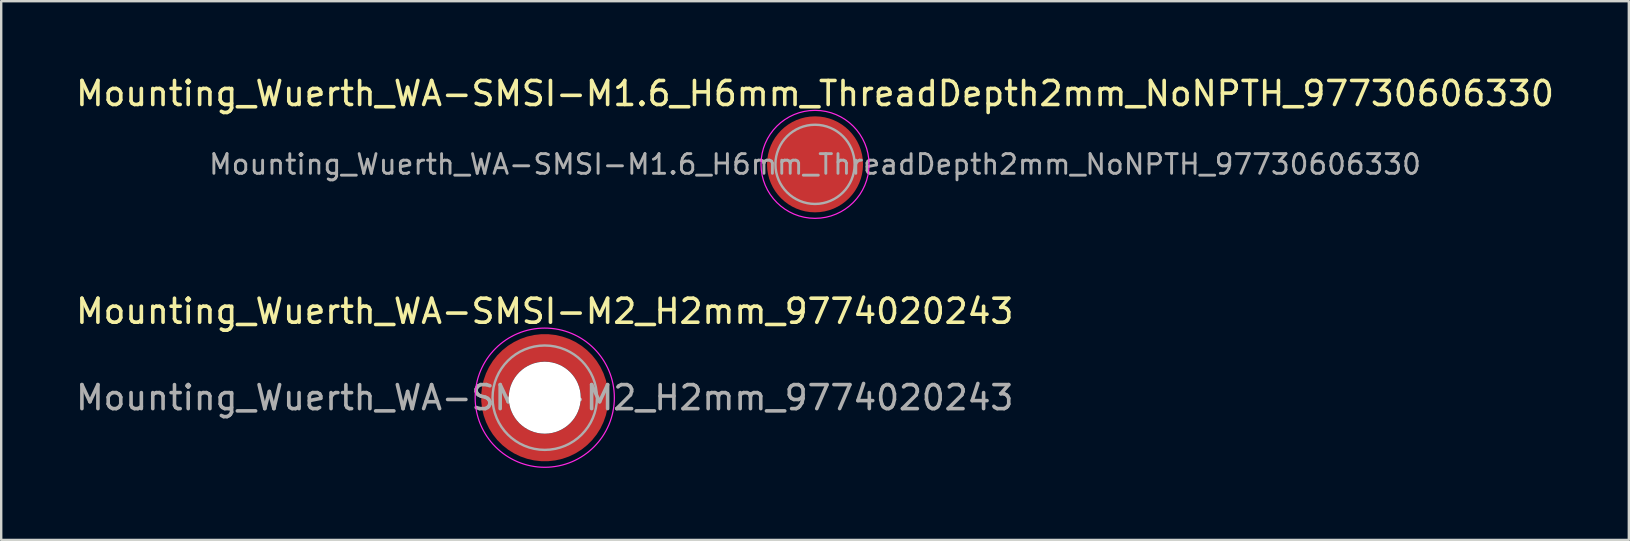
<source format=kicad_pcb>
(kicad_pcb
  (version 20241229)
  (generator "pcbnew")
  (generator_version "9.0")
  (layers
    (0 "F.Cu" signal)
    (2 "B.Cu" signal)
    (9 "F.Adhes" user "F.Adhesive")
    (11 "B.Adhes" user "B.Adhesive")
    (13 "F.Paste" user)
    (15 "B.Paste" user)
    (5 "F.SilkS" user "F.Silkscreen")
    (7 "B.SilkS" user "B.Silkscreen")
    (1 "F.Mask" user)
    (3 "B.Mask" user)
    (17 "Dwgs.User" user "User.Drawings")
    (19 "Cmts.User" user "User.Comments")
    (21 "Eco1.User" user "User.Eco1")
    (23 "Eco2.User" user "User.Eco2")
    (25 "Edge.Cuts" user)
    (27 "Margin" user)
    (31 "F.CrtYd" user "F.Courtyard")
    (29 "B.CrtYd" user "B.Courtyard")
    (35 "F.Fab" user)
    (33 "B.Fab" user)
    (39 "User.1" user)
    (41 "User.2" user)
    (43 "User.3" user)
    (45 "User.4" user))
  (footprint "Mounting_Wuerth_WA-SMSI-M2_H2mm_9774020243"
    (layer "F.Cu")
    (at 19.649 13.521)
    (property "Reference" "Mounting_Wuerth_WA-SMSI-M2_H2mm_9774020243" (at 0 -3.6 0) (layer "F.SilkS") (effects (font (size 1 1) (thickness 0.15))))
    (attr smd allow_soldermask_bridges)
    (fp_circle (center 0 0) (end 2.9 0) (stroke (width 0.05) (type solid)) (fill no) (layer "F.CrtYd"))
    (fp_circle (center 0 0) (end 2.175 0) (stroke (width 0.1) (type solid)) (fill no) (layer "F.Fab"))
    (fp_text user "${REFERENCE}" (at 0 0 0) (layer "F.Fab") (effects (font (size 1 1) (thickness 0.15))))
    (pad "" smd custom (at -1.453 -1.453) (size 0.505 0.505) (layers "F.Paste") (options (anchor circle)) (primitives (gr_arc (start -0.147677 1.053104) (mid 0.286378 0.286378) (end 1.053104 -0.147677) (width 0.2)) (gr_arc (start -0.240295 1.053104) (mid 0.222739 0.222739) (end 1.053104 -0.240295) (width 0.2)) (gr_arc (start -0.332645 1.053104) (mid 0.159099 0.159099) (end 1.053104 -0.332645) (width 0.2)) (gr_arc (start -0.424767 1.053104) (mid 0.095459 0.095459) (end 1.053104 -0.424767) (width 0.2)) (gr_arc (start -0.516693 1.053104) (mid 0.03182 0.03182) (end 1.053104 -0.516693) (width 0.2)) (gr_arc (start -0.608448 1.053104) (mid -0.03182 -0.03182) (end 1.053104 -0.608448) (width 0.2)) (gr_arc (start -0.700056 1.053104) (mid -0.095459 -0.095459) (end 1.053104 -0.700056) (width 0.2)) (gr_arc (start -0.791534 1.053104) (mid -0.159099 -0.159099) (end 1.053104 -0.791534) (width 0.2)) (gr_arc (start -0.882896 1.053104) (mid -0.222739 -0.222739) (end 1.053104 -0.882896) (width 0.2)) (gr_arc (start -0.974157 1.053104) (mid -0.286378 -0.286378) (end 1.053104 -0.974157) (width 0.2)) (gr_line (start 1.053 -0.148) (end 1.053 -0.974) (width 0.2)) (gr_line (start -0.148 1.053) (end -0.974 1.053) (width 0.2))))
    (pad "" smd custom (at -1.453 1.453) (size 0.505 0.505) (layers "F.Paste") (options (anchor circle)) (primitives (gr_arc (start 1.053104 0.147677) (mid 0.286378 -0.286378) (end -0.147677 -1.053104) (width 0.2)) (gr_arc (start 1.053104 0.240295) (mid 0.222739 -0.222739) (end -0.240295 -1.053104) (width 0.2)) (gr_arc (start 1.053104 0.332645) (mid 0.159099 -0.159099) (end -0.332645 -1.053104) (width 0.2)) (gr_arc (start 1.053104 0.424767) (mid 0.095459 -0.095459) (end -0.424767 -1.053104) (width 0.2)) (gr_arc (start 1.053104 0.516693) (mid 0.03182 -0.03182) (end -0.516693 -1.053104) (width 0.2)) (gr_arc (start 1.053104 0.608448) (mid -0.03182 0.03182) (end -0.608448 -1.053104) (width 0.2)) (gr_arc (start 1.053104 0.700056) (mid -0.095459 0.095459) (end -0.700056 -1.053104) (width 0.2)) (gr_arc (start 1.053104 0.791534) (mid -0.159099 0.159099) (end -0.791534 -1.053104) (width 0.2)) (gr_arc (start 1.053104 0.882896) (mid -0.222739 0.222739) (end -0.882896 -1.053104) (width 0.2)) (gr_arc (start 1.053104 0.974157) (mid -0.286378 0.286378) (end -0.974157 -1.053104) (width 0.2)) (gr_line (start -0.148 -1.053) (end -0.974 -1.053) (width 0.2)) (gr_line (start 1.053 0.148) (end 1.053 0.974) (width 0.2))))
    (pad "" np_thru_hole circle (at 0 0) (size 3 3) (drill 3) (layers "*.Cu" "*.Mask"))
    (pad "" smd custom (at 1.453 -1.453) (size 0.505 0.505) (layers "F.Paste") (options (anchor circle)) (primitives (gr_arc (start -1.053104 -0.147677) (mid -0.286378 0.286378) (end 0.147677 1.053104) (width 0.2)) (gr_arc (start -1.053104 -0.240295) (mid -0.222739 0.222739) (end 0.240295 1.053104) (width 0.2)) (gr_arc (start -1.053104 -0.332645) (mid -0.159099 0.159099) (end 0.332645 1.053104) (width 0.2)) (gr_arc (start -1.053104 -0.424767) (mid -0.095459 0.095459) (end 0.424767 1.053104) (width 0.2)) (gr_arc (start -1.053104 -0.516693) (mid -0.03182 0.03182) (end 0.516693 1.053104) (width 0.2)) (gr_arc (start -1.053104 -0.608448) (mid 0.03182 -0.03182) (end 0.608448 1.053104) (width 0.2)) (gr_arc (start -1.053104 -0.700056) (mid 0.095459 -0.095459) (end 0.700056 1.053104) (width 0.2)) (gr_arc (start -1.053104 -0.791534) (mid 0.159099 -0.159099) (end 0.791534 1.053104) (width 0.2)) (gr_arc (start -1.053104 -0.882896) (mid 0.222739 -0.222739) (end 0.882896 1.053104) (width 0.2)) (gr_arc (start -1.053104 -0.974157) (mid 0.286378 -0.286378) (end 0.974157 1.053104) (width 0.2)) (gr_line (start 0.148 1.053) (end 0.974 1.053) (width 0.2)) (gr_line (start -1.053 -0.148) (end -1.053 -0.974) (width 0.2))))
    (pad "" smd custom (at 1.453 1.453) (size 0.505 0.505) (layers "F.Paste") (options (anchor circle)) (primitives (gr_arc (start 0.147677 -1.053104) (mid -0.286378 -0.286378) (end -1.053104 0.147677) (width 0.2)) (gr_arc (start 0.240295 -1.053104) (mid -0.222739 -0.222739) (end -1.053104 0.240295) (width 0.2)) (gr_arc (start 0.332645 -1.053104) (mid -0.159099 -0.159099) (end -1.053104 0.332645) (width 0.2)) (gr_arc (start 0.424767 -1.053104) (mid -0.095459 -0.095459) (end -1.053104 0.424767) (width 0.2)) (gr_arc (start 0.516693 -1.053104) (mid -0.03182 -0.03182) (end -1.053104 0.516693) (width 0.2)) (gr_arc (start 0.608448 -1.053104) (mid 0.03182 0.03182) (end -1.053104 0.608448) (width 0.2)) (gr_arc (start 0.700056 -1.053104) (mid 0.095459 0.095459) (end -1.053104 0.700056) (width 0.2)) (gr_arc (start 0.791534 -1.053104) (mid 0.159099 0.159099) (end -1.053104 0.791534) (width 0.2)) (gr_arc (start 0.882896 -1.053104) (mid 0.222739 0.222739) (end -1.053104 0.882896) (width 0.2)) (gr_arc (start 0.974157 -1.053104) (mid 0.286378 0.286378) (end -1.053104 0.974157) (width 0.2)) (gr_line (start -1.053 0.148) (end -1.053 0.974) (width 0.2)) (gr_line (start 0.148 -1.053) (end 0.974 -1.053) (width 0.2))))
    (pad "1" smd circle (at -2.075 0) (size 0.642 0.642) (layers "F.Cu"))
    (pad "1" smd circle (at 0 -2.075) (size 0.642 0.642) (layers "F.Cu"))
    (pad "1" smd circle (at 0 2.075) (size 0.642 0.642) (layers "F.Cu"))
    (pad "1" smd custom (at 2.075 0) (size 1.15 1.15) (layers "F.Cu" "F.Mask") (options (anchor circle)) (primitives (gr_circle (center -2.075 0) (end 0 0) (width 1.15) (fill no)))))
  (footprint "Mounting_Wuerth_WA-SMSI-M1.6_H6mm_ThreadDepth2mm_NoNPTH_97730606330"
    (layer "F.Cu")
    (at 30.911 3.798)
    (property "Reference" "Mounting_Wuerth_WA-SMSI-M1.6_H6mm_ThreadDepth2mm_NoNPTH_97730606330" (at 0 -2.95 0) (layer "F.SilkS") (effects (font (size 1 1) (thickness 0.15))))
    (attr smd allow_soldermask_bridges)
    (fp_circle (center 0 0) (end 2.25 0) (stroke (width 0.05) (type solid)) (fill no) (layer "F.CrtYd"))
    (fp_circle (center 0 0) (end 1.65 0) (stroke (width 0.1) (type solid)) (fill no) (layer "F.Fab"))
    (fp_text user "${REFERENCE}" (at 0 0 0) (layer "F.Fab") (effects (font (size 0.82 0.82) (thickness 0.12))))
    (pad "" smd custom (at -0.778 -0.778) (size 0.8 0.8) (layers "F.Paste") (options (anchor circle)) (primitives (gr_arc (start 0.465568 0.527817) (mid 0.494975 0.494975) (end 0.527817 0.465568) (width 0.2)) (gr_arc (start 0.344805 0.527817) (mid 0.424264 0.424264) (end 0.527817 0.344805) (width 0.2)) (gr_arc (start 0.232382 0.527817) (mid 0.353553 0.353553) (end 0.527817 0.232382) (width 0.2)) (gr_arc (start 0.123983 0.527817) (mid 0.282843 0.282843) (end 0.527817 0.123983) (width 0.2)) (gr_arc (start 0.017883 0.527817) (mid 0.212132 0.212132) (end 0.527817 0.017883) (width 0.2)) (gr_arc (start -0.086763 0.527817) (mid 0.141421 0.141421) (end 0.527817 -0.086763) (width 0.2)) (gr_arc (start -0.190428 0.527817) (mid 0.070711 0.070711) (end 0.527817 -0.190428) (width 0.2)) (gr_arc (start -0.293397 0.527817) (mid 0 0) (end 0.527817 -0.293397) (width 0.2)) (gr_arc (start -0.395852 0.527817) (mid -0.070711 -0.070711) (end 0.527817 -0.395852) (width 0.2)) (gr_arc (start -0.497918 0.527817) (mid -0.141421 -0.141421) (end 0.527817 -0.497918) (width 0.2)) (gr_arc (start -0.59968 0.527817) (mid -0.212132 -0.212132) (end 0.527817 -0.59968) (width 0.2)) (gr_arc (start -0.701202 0.527817) (mid -0.282843 -0.282843) (end 0.527817 -0.701202) (width 0.2)) (gr_arc (start -0.802531 0.527817) (mid -0.353553 -0.353553) (end 0.527817 -0.802531) (width 0.2)) (gr_arc (start -0.9037 0.527817) (mid -0.424264 -0.424264) (end 0.527817 -0.9037) (width 0.2)) (gr_arc (start -1.004737 0.527817) (mid -0.494975 -0.494975) (end 0.527817 -1.004737) (width 0.2)) (gr_line (start 0.528 0.466) (end 0.528 -1.005) (width 0.2)) (gr_line (start 0.466 0.528) (end -1.005 0.528) (width 0.2))))
    (pad "" smd custom (at -0.778 0.778) (size 0.8 0.8) (layers "F.Paste") (options (anchor circle)) (primitives (gr_arc (start 0.527817 -0.465568) (mid 0.494975 -0.494975) (end 0.465568 -0.527817) (width 0.2)) (gr_arc (start 0.527817 -0.344805) (mid 0.424264 -0.424264) (end 0.344805 -0.527817) (width 0.2)) (gr_arc (start 0.527817 -0.232382) (mid 0.353553 -0.353553) (end 0.232382 -0.527817) (width 0.2)) (gr_arc (start 0.527817 -0.123983) (mid 0.282843 -0.282843) (end 0.123983 -0.527817) (width 0.2)) (gr_arc (start 0.527817 -0.017883) (mid 0.212132 -0.212132) (end 0.017883 -0.527817) (width 0.2)) (gr_arc (start 0.527817 0.086763) (mid 0.141421 -0.141421) (end -0.086763 -0.527817) (width 0.2)) (gr_arc (start 0.527817 0.190428) (mid 0.070711 -0.070711) (end -0.190428 -0.527817) (width 0.2)) (gr_arc (start 0.527817 0.293397) (mid 0 0) (end -0.293397 -0.527817) (width 0.2)) (gr_arc (start 0.527817 0.395852) (mid -0.070711 0.070711) (end -0.395852 -0.527817) (width 0.2)) (gr_arc (start 0.527817 0.497918) (mid -0.141421 0.141421) (end -0.497918 -0.527817) (width 0.2)) (gr_arc (start 0.527817 0.59968) (mid -0.212132 0.212132) (end -0.59968 -0.527817) (width 0.2)) (gr_arc (start 0.527817 0.701202) (mid -0.282843 0.282843) (end -0.701202 -0.527817) (width 0.2)) (gr_arc (start 0.527817 0.802531) (mid -0.353553 0.353553) (end -0.802531 -0.527817) (width 0.2)) (gr_arc (start 0.527817 0.9037) (mid -0.424264 0.424264) (end -0.9037 -0.527817) (width 0.2)) (gr_arc (start 0.527817 1.004737) (mid -0.494975 0.494975) (end -1.004737 -0.527817) (width 0.2)) (gr_line (start 0.466 -0.528) (end -1.005 -0.528) (width 0.2)) (gr_line (start 0.528 -0.466) (end 0.528 1.005) (width 0.2))))
    (pad "" smd custom (at 0.778 -0.778) (size 0.8 0.8) (layers "F.Paste") (options (anchor circle)) (primitives (gr_arc (start -0.527817 0.465568) (mid -0.494975 0.494975) (end -0.465568 0.527817) (width 0.2)) (gr_arc (start -0.527817 0.344805) (mid -0.424264 0.424264) (end -0.344805 0.527817) (width 0.2)) (gr_arc (start -0.527817 0.232382) (mid -0.353553 0.353553) (end -0.232382 0.527817) (width 0.2)) (gr_arc (start -0.527817 0.123983) (mid -0.282843 0.282843) (end -0.123983 0.527817) (width 0.2)) (gr_arc (start -0.527817 0.017883) (mid -0.212132 0.212132) (end -0.017883 0.527817) (width 0.2)) (gr_arc (start -0.527817 -0.086763) (mid -0.141421 0.141421) (end 0.086763 0.527817) (width 0.2)) (gr_arc (start -0.527817 -0.190428) (mid -0.070711 0.070711) (end 0.190428 0.527817) (width 0.2)) (gr_arc (start -0.527817 -0.293397) (mid 0 0) (end 0.293397 0.527817) (width 0.2)) (gr_arc (start -0.527817 -0.395852) (mid 0.070711 -0.070711) (end 0.395852 0.527817) (width 0.2)) (gr_arc (start -0.527817 -0.497918) (mid 0.141421 -0.141421) (end 0.497918 0.527817) (width 0.2)) (gr_arc (start -0.527817 -0.59968) (mid 0.212132 -0.212132) (end 0.59968 0.527817) (width 0.2)) (gr_arc (start -0.527817 -0.701202) (mid 0.282843 -0.282843) (end 0.701202 0.527817) (width 0.2)) (gr_arc (start -0.527817 -0.802531) (mid 0.353553 -0.353553) (end 0.802531 0.527817) (width 0.2)) (gr_arc (start -0.527817 -0.9037) (mid 0.424264 -0.424264) (end 0.9037 0.527817) (width 0.2)) (gr_arc (start -0.527817 -1.004737) (mid 0.494975 -0.494975) (end 1.004737 0.527817) (width 0.2)) (gr_line (start -0.466 0.528) (end 1.005 0.528) (width 0.2)) (gr_line (start -0.528 0.466) (end -0.528 -1.005) (width 0.2))))
    (pad "" smd custom (at 0.778 0.778) (size 0.8 0.8) (layers "F.Paste") (options (anchor circle)) (primitives (gr_arc (start -0.465568 -0.527817) (mid -0.494975 -0.494975) (end -0.527817 -0.465568) (width 0.2)) (gr_arc (start -0.344805 -0.527817) (mid -0.424264 -0.424264) (end -0.527817 -0.344805) (width 0.2)) (gr_arc (start -0.232382 -0.527817) (mid -0.353553 -0.353553) (end -0.527817 -0.232382) (width 0.2)) (gr_arc (start -0.123983 -0.527817) (mid -0.282843 -0.282843) (end -0.527817 -0.123983) (width 0.2)) (gr_arc (start -0.017883 -0.527817) (mid -0.212132 -0.212132) (end -0.527817 -0.017883) (width 0.2)) (gr_arc (start 0.086763 -0.527817) (mid -0.141421 -0.141421) (end -0.527817 0.086763) (width 0.2)) (gr_arc (start 0.190428 -0.527817) (mid -0.070711 -0.070711) (end -0.527817 0.190428) (width 0.2)) (gr_arc (start 0.293397 -0.527817) (mid 0 0) (end -0.527817 0.293397) (width 0.2)) (gr_arc (start 0.395852 -0.527817) (mid 0.070711 0.070711) (end -0.527817 0.395852) (width 0.2)) (gr_arc (start 0.497918 -0.527817) (mid 0.141421 0.141421) (end -0.527817 0.497918) (width 0.2)) (gr_arc (start 0.59968 -0.527817) (mid 0.212132 0.212132) (end -0.527817 0.59968) (width 0.2)) (gr_arc (start 0.701202 -0.527817) (mid 0.282843 0.282843) (end -0.527817 0.701202) (width 0.2)) (gr_arc (start 0.802531 -0.527817) (mid 0.353553 0.353553) (end -0.527817 0.802531) (width 0.2)) (gr_arc (start 0.9037 -0.527817) (mid 0.424264 0.424264) (end -0.527817 0.9037) (width 0.2)) (gr_arc (start 1.004737 -0.527817) (mid 0.494975 0.494975) (end -0.527817 1.004737) (width 0.2)) (gr_line (start -0.528 -0.466) (end -0.528 1.005) (width 0.2)) (gr_line (start -0.466 -0.528) (end 1.005 -0.528) (width 0.2))))
    (pad "1" smd circle (at 0 0) (size 4 4) (layers "F.Cu" "F.Mask")))
  (gr_rect
    (start -3 -3)
    (end 64.821 19.447)
    (stroke (width 0.1) (type default))
    (fill no)
    (layer "Edge.Cuts")))
</source>
